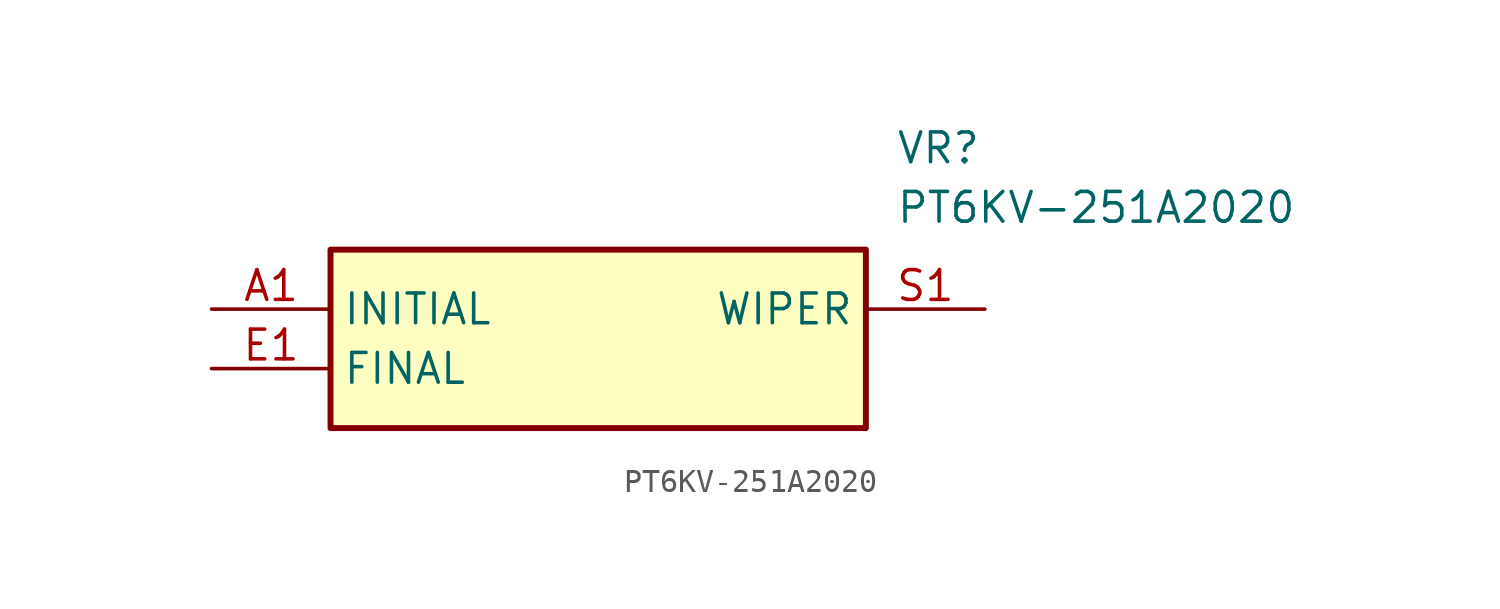
<source format=kicad_sym>
(kicad_symbol_lib
  (version 20211014)
  (generator SamacSys_ECAD_Model)
  (symbol "PT6KV-251A2020"
    (property "Reference" "VR"
      (at 29.21 7.62 0)
      (effects (font (size 1.27 1.27)) (justify left top)))
    (property "Value" "PT6KV-251A2020"
      (at 29.21 5.08 0)
      (effects (font (size 1.27 1.27)) (justify left top)))
    (rectangle
      (start 5.08 2.54)
      (end 27.94 -5.08)
      (stroke (width 0.254) (type default))
      (fill (type background)))
    (pin passive line
      (at 0 0 0)
      (length 5.08)
      (name "INITIAL" (effects (font (size 1.27 1.27))))
      (number "A1" (effects (font (size 1.27 1.27)))))
    (pin passive line
      (at 0 -2.54 0)
      (length 5.08)
      (name "FINAL" (effects (font (size 1.27 1.27))))
      (number "E1" (effects (font (size 1.27 1.27)))))
    (pin passive line
      (at 33.02 0 180)
      (length 5.08)
      (name "WIPER" (effects (font (size 1.27 1.27))))
      (number "S1" (effects (font (size 1.27 1.27)))))))
</source>
